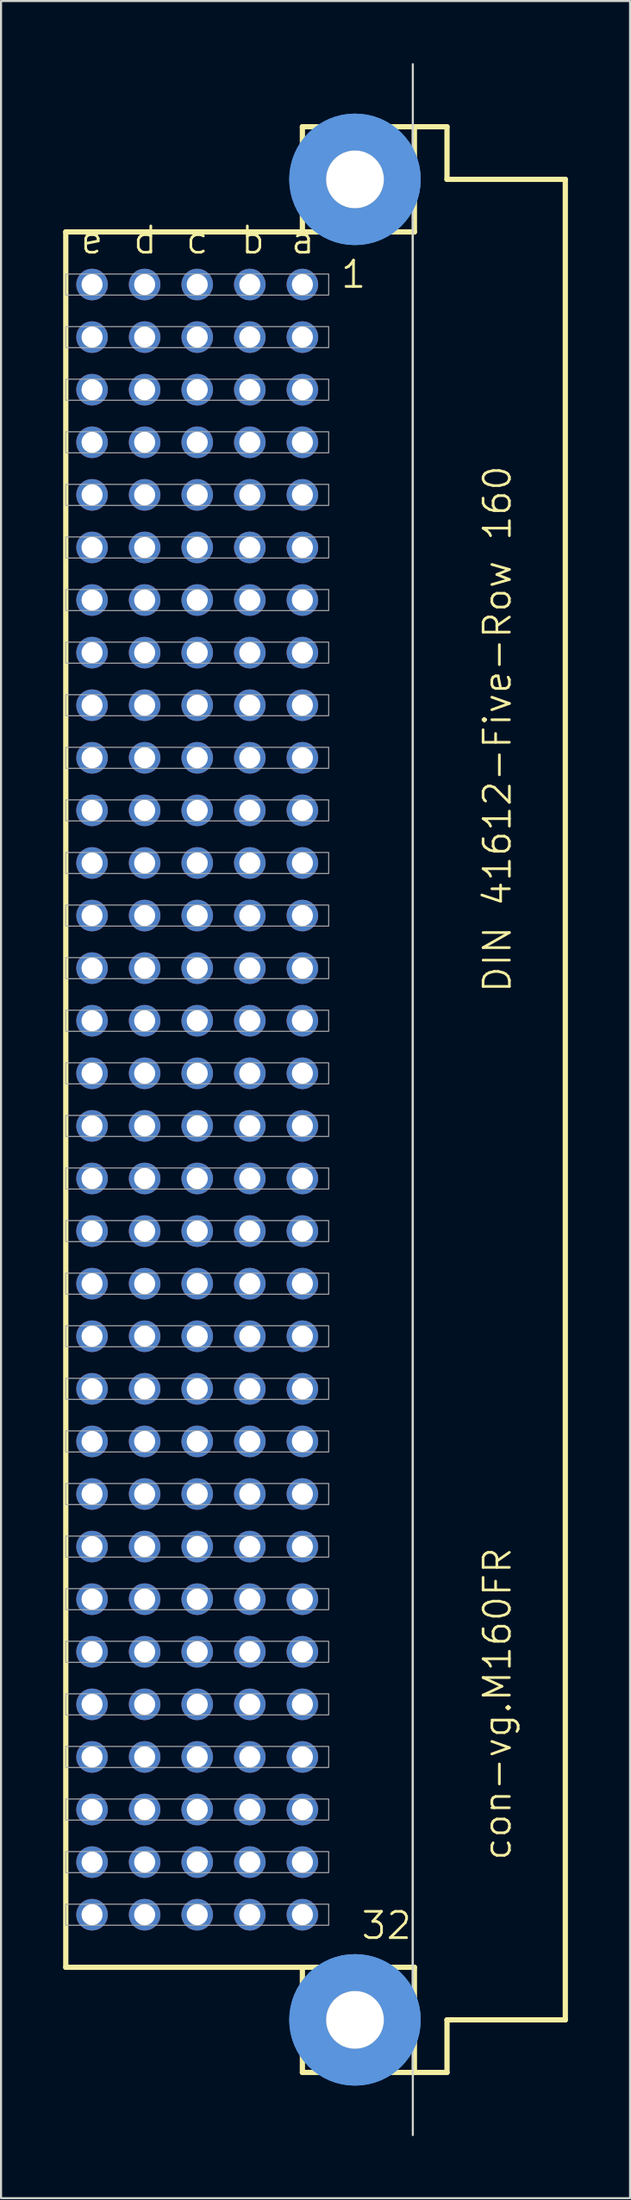
<source format=kicad_pcb>
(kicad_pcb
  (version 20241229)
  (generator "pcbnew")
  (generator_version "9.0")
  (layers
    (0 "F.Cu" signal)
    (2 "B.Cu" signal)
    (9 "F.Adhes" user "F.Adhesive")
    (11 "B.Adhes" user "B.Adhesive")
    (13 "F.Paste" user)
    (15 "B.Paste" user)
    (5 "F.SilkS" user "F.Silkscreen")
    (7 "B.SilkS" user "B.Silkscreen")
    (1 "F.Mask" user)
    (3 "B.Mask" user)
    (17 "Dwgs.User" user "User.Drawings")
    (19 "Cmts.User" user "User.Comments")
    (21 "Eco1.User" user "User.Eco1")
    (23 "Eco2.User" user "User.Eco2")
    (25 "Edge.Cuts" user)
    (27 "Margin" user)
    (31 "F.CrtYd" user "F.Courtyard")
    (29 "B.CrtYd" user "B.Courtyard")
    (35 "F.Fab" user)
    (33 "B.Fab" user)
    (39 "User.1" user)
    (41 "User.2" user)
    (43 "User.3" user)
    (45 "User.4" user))
  (footprint "con-vg.M160FR"
    (layer "F.Cu")
    (at 14.097 50.063)
    (property "Reference" "con-vg.M160FR" (at 7.62 36.83 90) (layer "F.SilkS") (effects (font (size 1.27 1.27) (thickness 0.13)) (justify left bottom)))
    (attr through_hole)
    (fp_line (start -13.97 -41.91) (end -13.97 41.91) (stroke (width 0.254) (type default)) (layer "F.SilkS"))
    (fp_line (start -13.97 41.91) (end -2.54 41.91) (stroke (width 0.254) (type default)) (layer "F.SilkS"))
    (fp_line (start -2.54 -46.99) (end -2.54 -41.91) (stroke (width 0.254) (type default)) (layer "F.SilkS"))
    (fp_line (start -2.54 -41.91) (end -13.97 -41.91) (stroke (width 0.254) (type default)) (layer "F.SilkS"))
    (fp_line (start -2.54 -41.91) (end 2.769 -41.91) (stroke (width 0.254) (type default)) (layer "F.SilkS"))
    (fp_line (start -2.54 41.91) (end -2.54 46.99) (stroke (width 0.254) (type default)) (layer "F.SilkS"))
    (fp_line (start -2.54 41.91) (end 2.769 41.91) (stroke (width 0.254) (type default)) (layer "F.SilkS"))
    (fp_line (start -2.54 46.99) (end 2.87 46.99) (stroke (width 0.254) (type default)) (layer "F.SilkS"))
    (fp_line (start 2.769 -41.91) (end 2.769 41.91) (stroke (width 0.051) (type default)) (layer "F.SilkS"))
    (fp_line (start 2.769 -41.91) (end 2.87 -41.91) (stroke (width 0.254) (type default)) (layer "F.SilkS"))
    (fp_line (start 2.769 41.91) (end 2.87 41.91) (stroke (width 0.254) (type default)) (layer "F.SilkS"))
    (fp_line (start 2.87 -46.99) (end -2.54 -46.99) (stroke (width 0.254) (type default)) (layer "F.SilkS"))
    (fp_line (start 2.87 -41.91) (end 2.87 -46.99) (stroke (width 0.254) (type default)) (layer "F.SilkS"))
    (fp_line (start 2.87 41.91) (end 2.87 46.99) (stroke (width 0.254) (type default)) (layer "F.SilkS"))
    (fp_line (start 2.87 46.99) (end 4.445 46.99) (stroke (width 0.254) (type default)) (layer "F.SilkS"))
    (fp_line (start 4.445 -46.99) (end 2.87 -46.99) (stroke (width 0.254) (type default)) (layer "F.SilkS"))
    (fp_line (start 4.445 -44.45) (end 4.445 -46.99) (stroke (width 0.254) (type default)) (layer "F.SilkS"))
    (fp_line (start 4.445 44.45) (end 10.16 44.45) (stroke (width 0.254) (type default)) (layer "F.SilkS"))
    (fp_line (start 4.445 46.99) (end 4.445 44.45) (stroke (width 0.254) (type default)) (layer "F.SilkS"))
    (fp_line (start 10.16 -44.45) (end 4.445 -44.45) (stroke (width 0.254) (type default)) (layer "F.SilkS"))
    (fp_line (start 10.16 44.45) (end 10.16 -44.45) (stroke (width 0.254) (type default)) (layer "F.SilkS"))
    (fp_circle (center 0 -44.45) (end 1.27 -44.45) (stroke (width 0.152) (type default)) (fill no) (layer "F.SilkS"))
    (fp_circle (center 0 44.45) (end 1.27 44.45) (stroke (width 0.152) (type default)) (fill no) (layer "F.SilkS"))
    (fp_circle (center 0 -44.45) (end 2.286 -44.45) (stroke (width 1.778) (type default)) (fill no) (layer "Cmts.User"))
    (fp_circle (center 0 -44.45) (end 2.286 -44.45) (stroke (width 1.778) (type default)) (fill no) (layer "Cmts.User"))
    (fp_circle (center 0 44.45) (end 2.286 44.45) (stroke (width 1.778) (type default)) (fill no) (layer "Cmts.User"))
    (fp_circle (center 0 44.45) (end 2.286 44.45) (stroke (width 1.778) (type default)) (fill no) (layer "Cmts.User"))
    (fp_line (start 2.794 50.013) (end 2.794 -50.013) (stroke (width 0.1) (type default)) (layer "Edge.Cuts"))
    (fp_rect (start -13.97 -38.862) (end -1.27 -39.878) (stroke (width 0.05) (type default)) (fill no) (layer "F.Fab"))
    (fp_rect (start -13.97 -36.322) (end -1.27 -37.338) (stroke (width 0.05) (type default)) (fill no) (layer "F.Fab"))
    (fp_rect (start -13.97 -33.782) (end -1.27 -34.798) (stroke (width 0.05) (type default)) (fill no) (layer "F.Fab"))
    (fp_rect (start -13.97 -31.242) (end -1.27 -32.258) (stroke (width 0.05) (type default)) (fill no) (layer "F.Fab"))
    (fp_rect (start -13.97 -28.702) (end -1.27 -29.718) (stroke (width 0.05) (type default)) (fill no) (layer "F.Fab"))
    (fp_rect (start -13.97 -26.162) (end -1.27 -27.178) (stroke (width 0.05) (type default)) (fill no) (layer "F.Fab"))
    (fp_rect (start -13.97 -23.622) (end -1.27 -24.638) (stroke (width 0.05) (type default)) (fill no) (layer "F.Fab"))
    (fp_rect (start -13.97 -21.082) (end -1.27 -22.098) (stroke (width 0.05) (type default)) (fill no) (layer "F.Fab"))
    (fp_rect (start -13.97 -18.542) (end -1.27 -19.558) (stroke (width 0.05) (type default)) (fill no) (layer "F.Fab"))
    (fp_rect (start -13.97 -16.002) (end -1.27 -17.018) (stroke (width 0.05) (type default)) (fill no) (layer "F.Fab"))
    (fp_rect (start -13.97 -13.462) (end -1.27 -14.478) (stroke (width 0.05) (type default)) (fill no) (layer "F.Fab"))
    (fp_rect (start -13.97 -10.922) (end -1.27 -11.938) (stroke (width 0.05) (type default)) (fill no) (layer "F.Fab"))
    (fp_rect (start -13.97 -8.382) (end -1.27 -9.398) (stroke (width 0.05) (type default)) (fill no) (layer "F.Fab"))
    (fp_rect (start -13.97 -5.842) (end -1.27 -6.858) (stroke (width 0.05) (type default)) (fill no) (layer "F.Fab"))
    (fp_rect (start -13.97 -3.302) (end -1.27 -4.318) (stroke (width 0.05) (type default)) (fill no) (layer "F.Fab"))
    (fp_rect (start -13.97 -0.762) (end -1.27 -1.778) (stroke (width 0.05) (type default)) (fill no) (layer "F.Fab"))
    (fp_rect (start -13.97 1.778) (end -1.27 0.762) (stroke (width 0.05) (type default)) (fill no) (layer "F.Fab"))
    (fp_rect (start -13.97 4.318) (end -1.27 3.302) (stroke (width 0.05) (type default)) (fill no) (layer "F.Fab"))
    (fp_rect (start -13.97 6.858) (end -1.27 5.842) (stroke (width 0.05) (type default)) (fill no) (layer "F.Fab"))
    (fp_rect (start -13.97 9.398) (end -1.27 8.382) (stroke (width 0.05) (type default)) (fill no) (layer "F.Fab"))
    (fp_rect (start -13.97 11.938) (end -1.27 10.922) (stroke (width 0.05) (type default)) (fill no) (layer "F.Fab"))
    (fp_rect (start -13.97 14.478) (end -1.27 13.462) (stroke (width 0.05) (type default)) (fill no) (layer "F.Fab"))
    (fp_rect (start -13.97 17.018) (end -1.27 16.002) (stroke (width 0.05) (type default)) (fill no) (layer "F.Fab"))
    (fp_rect (start -13.97 19.558) (end -1.27 18.542) (stroke (width 0.05) (type default)) (fill no) (layer "F.Fab"))
    (fp_rect (start -13.97 22.098) (end -1.27 21.082) (stroke (width 0.05) (type default)) (fill no) (layer "F.Fab"))
    (fp_rect (start -13.97 24.638) (end -1.27 23.622) (stroke (width 0.05) (type default)) (fill no) (layer "F.Fab"))
    (fp_rect (start -13.97 27.178) (end -1.27 26.162) (stroke (width 0.05) (type default)) (fill no) (layer "F.Fab"))
    (fp_rect (start -13.97 29.718) (end -1.27 28.702) (stroke (width 0.05) (type default)) (fill no) (layer "F.Fab"))
    (fp_rect (start -13.97 32.258) (end -1.27 31.242) (stroke (width 0.05) (type default)) (fill no) (layer "F.Fab"))
    (fp_rect (start -13.97 34.798) (end -1.27 33.782) (stroke (width 0.05) (type default)) (fill no) (layer "F.Fab"))
    (fp_rect (start -13.97 37.338) (end -1.27 36.322) (stroke (width 0.05) (type default)) (fill no) (layer "F.Fab"))
    (fp_rect (start -13.97 39.878) (end -1.27 38.862) (stroke (width 0.05) (type default)) (fill no) (layer "F.Fab"))
    (fp_text user "c" (at -8.255 -40.767 0) (layer "F.SilkS") (effects (font (size 1.27 1.27) (thickness 0.13)) (justify left bottom)))
    (fp_text user "d" (at -10.795 -40.767 0) (layer "F.SilkS") (effects (font (size 1.27 1.27) (thickness 0.13)) (justify left bottom)))
    (fp_text user "a" (at -3.175 -40.767 0) (layer "F.SilkS") (effects (font (size 1.27 1.27) (thickness 0.13)) (justify left bottom)))
    (fp_text user "b" (at -5.588 -40.767 0) (layer "F.SilkS") (effects (font (size 1.27 1.27) (thickness 0.13)) (justify left bottom)))
    (fp_text user "1" (at -0.762 -39.116 0) (layer "F.SilkS") (effects (font (size 1.27 1.27) (thickness 0.13)) (justify left bottom)))
    (fp_text user "32" (at 0.229 40.64 0) (layer "F.SilkS") (effects (font (size 1.27 1.27) (thickness 0.13)) (justify left bottom)))
    (fp_text user "e" (at -13.335 -40.767 0) (layer "F.SilkS") (effects (font (size 1.27 1.27) (thickness 0.13)) (justify left bottom)))
    (fp_text user "DIN 41612-Five-Row 160" (at 7.62 -5.08 90) (layer "F.SilkS") (effects (font (size 1.27 1.27) (thickness 0.13)) (justify left bottom)))
    (pad "" np_thru_hole circle (at 0 -44.45) (size 2.794 2.794) (drill 2.794) (layers "*.Cu" "*.Mask"))
    (pad "" np_thru_hole circle (at 0 44.45) (size 2.794 2.794) (drill 2.794) (layers "*.Cu" "*.Mask"))
    (pad "A1" thru_hole circle (at -2.54 -39.37) (size 1.524 1.524) (drill 1.016) (layers "*.Cu" "*.Mask"))
    (pad "A2" thru_hole circle (at -2.54 -36.83) (size 1.524 1.524) (drill 1.016) (layers "*.Cu" "*.Mask"))
    (pad "A3" thru_hole circle (at -2.54 -34.29) (size 1.524 1.524) (drill 1.016) (layers "*.Cu" "*.Mask"))
    (pad "A4" thru_hole circle (at -2.54 -31.75) (size 1.524 1.524) (drill 1.016) (layers "*.Cu" "*.Mask"))
    (pad "A5" thru_hole circle (at -2.54 -29.21) (size 1.524 1.524) (drill 1.016) (layers "*.Cu" "*.Mask"))
    (pad "A6" thru_hole circle (at -2.54 -26.67) (size 1.524 1.524) (drill 1.016) (layers "*.Cu" "*.Mask"))
    (pad "A7" thru_hole circle (at -2.54 -24.13) (size 1.524 1.524) (drill 1.016) (layers "*.Cu" "*.Mask"))
    (pad "A8" thru_hole circle (at -2.54 -21.59) (size 1.524 1.524) (drill 1.016) (layers "*.Cu" "*.Mask"))
    (pad "A9" thru_hole circle (at -2.54 -19.05) (size 1.524 1.524) (drill 1.016) (layers "*.Cu" "*.Mask"))
    (pad "A10" thru_hole circle (at -2.54 -16.51) (size 1.524 1.524) (drill 1.016) (layers "*.Cu" "*.Mask"))
    (pad "A11" thru_hole circle (at -2.54 -13.97) (size 1.524 1.524) (drill 1.016) (layers "*.Cu" "*.Mask"))
    (pad "A12" thru_hole circle (at -2.54 -11.43) (size 1.524 1.524) (drill 1.016) (layers "*.Cu" "*.Mask"))
    (pad "A13" thru_hole circle (at -2.54 -8.89) (size 1.524 1.524) (drill 1.016) (layers "*.Cu" "*.Mask"))
    (pad "A14" thru_hole circle (at -2.54 -6.35) (size 1.524 1.524) (drill 1.016) (layers "*.Cu" "*.Mask"))
    (pad "A15" thru_hole circle (at -2.54 -3.81) (size 1.524 1.524) (drill 1.016) (layers "*.Cu" "*.Mask"))
    (pad "A16" thru_hole circle (at -2.54 -1.27) (size 1.524 1.524) (drill 1.016) (layers "*.Cu" "*.Mask"))
    (pad "A17" thru_hole circle (at -2.54 1.27) (size 1.524 1.524) (drill 1.016) (layers "*.Cu" "*.Mask"))
    (pad "A18" thru_hole circle (at -2.54 3.81) (size 1.524 1.524) (drill 1.016) (layers "*.Cu" "*.Mask"))
    (pad "A19" thru_hole circle (at -2.54 6.35) (size 1.524 1.524) (drill 1.016) (layers "*.Cu" "*.Mask"))
    (pad "A20" thru_hole circle (at -2.54 8.89) (size 1.524 1.524) (drill 1.016) (layers "*.Cu" "*.Mask"))
    (pad "A21" thru_hole circle (at -2.54 11.43) (size 1.524 1.524) (drill 1.016) (layers "*.Cu" "*.Mask"))
    (pad "A22" thru_hole circle (at -2.54 13.97) (size 1.524 1.524) (drill 1.016) (layers "*.Cu" "*.Mask"))
    (pad "A23" thru_hole circle (at -2.54 16.51) (size 1.524 1.524) (drill 1.016) (layers "*.Cu" "*.Mask"))
    (pad "A24" thru_hole circle (at -2.54 19.05) (size 1.524 1.524) (drill 1.016) (layers "*.Cu" "*.Mask"))
    (pad "A25" thru_hole circle (at -2.54 21.59) (size 1.524 1.524) (drill 1.016) (layers "*.Cu" "*.Mask"))
    (pad "A26" thru_hole circle (at -2.54 24.13) (size 1.524 1.524) (drill 1.016) (layers "*.Cu" "*.Mask"))
    (pad "A27" thru_hole circle (at -2.54 26.67) (size 1.524 1.524) (drill 1.016) (layers "*.Cu" "*.Mask"))
    (pad "A28" thru_hole circle (at -2.54 29.21) (size 1.524 1.524) (drill 1.016) (layers "*.Cu" "*.Mask"))
    (pad "A29" thru_hole circle (at -2.54 31.75) (size 1.524 1.524) (drill 1.016) (layers "*.Cu" "*.Mask"))
    (pad "A30" thru_hole circle (at -2.54 34.29) (size 1.524 1.524) (drill 1.016) (layers "*.Cu" "*.Mask"))
    (pad "A31" thru_hole circle (at -2.54 36.83) (size 1.524 1.524) (drill 1.016) (layers "*.Cu" "*.Mask"))
    (pad "A32" thru_hole circle (at -2.54 39.37) (size 1.524 1.524) (drill 1.016) (layers "*.Cu" "*.Mask"))
    (pad "B1" thru_hole circle (at -5.08 -39.37) (size 1.524 1.524) (drill 1.016) (layers "*.Cu" "*.Mask"))
    (pad "B2" thru_hole circle (at -5.08 -36.83) (size 1.524 1.524) (drill 1.016) (layers "*.Cu" "*.Mask"))
    (pad "B3" thru_hole circle (at -5.08 -34.29) (size 1.524 1.524) (drill 1.016) (layers "*.Cu" "*.Mask"))
    (pad "B4" thru_hole circle (at -5.08 -31.75) (size 1.524 1.524) (drill 1.016) (layers "*.Cu" "*.Mask"))
    (pad "B5" thru_hole circle (at -5.08 -29.21) (size 1.524 1.524) (drill 1.016) (layers "*.Cu" "*.Mask"))
    (pad "B6" thru_hole circle (at -5.08 -26.67) (size 1.524 1.524) (drill 1.016) (layers "*.Cu" "*.Mask"))
    (pad "B7" thru_hole circle (at -5.08 -24.13) (size 1.524 1.524) (drill 1.016) (layers "*.Cu" "*.Mask"))
    (pad "B8" thru_hole circle (at -5.08 -21.59) (size 1.524 1.524) (drill 1.016) (layers "*.Cu" "*.Mask"))
    (pad "B9" thru_hole circle (at -5.08 -19.05) (size 1.524 1.524) (drill 1.016) (layers "*.Cu" "*.Mask"))
    (pad "B10" thru_hole circle (at -5.08 -16.51) (size 1.524 1.524) (drill 1.016) (layers "*.Cu" "*.Mask"))
    (pad "B11" thru_hole circle (at -5.08 -13.97) (size 1.524 1.524) (drill 1.016) (layers "*.Cu" "*.Mask"))
    (pad "B12" thru_hole circle (at -5.08 -11.43) (size 1.524 1.524) (drill 1.016) (layers "*.Cu" "*.Mask"))
    (pad "B13" thru_hole circle (at -5.08 -8.89) (size 1.524 1.524) (drill 1.016) (layers "*.Cu" "*.Mask"))
    (pad "B14" thru_hole circle (at -5.08 -6.35) (size 1.524 1.524) (drill 1.016) (layers "*.Cu" "*.Mask"))
    (pad "B15" thru_hole circle (at -5.08 -3.81) (size 1.524 1.524) (drill 1.016) (layers "*.Cu" "*.Mask"))
    (pad "B16" thru_hole circle (at -5.08 -1.27) (size 1.524 1.524) (drill 1.016) (layers "*.Cu" "*.Mask"))
    (pad "B17" thru_hole circle (at -5.08 1.27) (size 1.524 1.524) (drill 1.016) (layers "*.Cu" "*.Mask"))
    (pad "B18" thru_hole circle (at -5.08 3.81) (size 1.524 1.524) (drill 1.016) (layers "*.Cu" "*.Mask"))
    (pad "B19" thru_hole circle (at -5.08 6.35) (size 1.524 1.524) (drill 1.016) (layers "*.Cu" "*.Mask"))
    (pad "B20" thru_hole circle (at -5.08 8.89) (size 1.524 1.524) (drill 1.016) (layers "*.Cu" "*.Mask"))
    (pad "B21" thru_hole circle (at -5.08 11.43) (size 1.524 1.524) (drill 1.016) (layers "*.Cu" "*.Mask"))
    (pad "B22" thru_hole circle (at -5.08 13.97) (size 1.524 1.524) (drill 1.016) (layers "*.Cu" "*.Mask"))
    (pad "B23" thru_hole circle (at -5.08 16.51) (size 1.524 1.524) (drill 1.016) (layers "*.Cu" "*.Mask"))
    (pad "B24" thru_hole circle (at -5.08 19.05) (size 1.524 1.524) (drill 1.016) (layers "*.Cu" "*.Mask"))
    (pad "B25" thru_hole circle (at -5.08 21.59) (size 1.524 1.524) (drill 1.016) (layers "*.Cu" "*.Mask"))
    (pad "B26" thru_hole circle (at -5.08 24.13) (size 1.524 1.524) (drill 1.016) (layers "*.Cu" "*.Mask"))
    (pad "B27" thru_hole circle (at -5.08 26.67) (size 1.524 1.524) (drill 1.016) (layers "*.Cu" "*.Mask"))
    (pad "B28" thru_hole circle (at -5.08 29.21) (size 1.524 1.524) (drill 1.016) (layers "*.Cu" "*.Mask"))
    (pad "B29" thru_hole circle (at -5.08 31.75) (size 1.524 1.524) (drill 1.016) (layers "*.Cu" "*.Mask"))
    (pad "B30" thru_hole circle (at -5.08 34.29) (size 1.524 1.524) (drill 1.016) (layers "*.Cu" "*.Mask"))
    (pad "B31" thru_hole circle (at -5.08 36.83) (size 1.524 1.524) (drill 1.016) (layers "*.Cu" "*.Mask"))
    (pad "B32" thru_hole circle (at -5.08 39.37) (size 1.524 1.524) (drill 1.016) (layers "*.Cu" "*.Mask"))
    (pad "C1" thru_hole circle (at -7.62 -39.37) (size 1.524 1.524) (drill 1.016) (layers "*.Cu" "*.Mask"))
    (pad "C2" thru_hole circle (at -7.62 -36.83) (size 1.524 1.524) (drill 1.016) (layers "*.Cu" "*.Mask"))
    (pad "C3" thru_hole circle (at -7.62 -34.29) (size 1.524 1.524) (drill 1.016) (layers "*.Cu" "*.Mask"))
    (pad "C4" thru_hole circle (at -7.62 -31.75) (size 1.524 1.524) (drill 1.016) (layers "*.Cu" "*.Mask"))
    (pad "C5" thru_hole circle (at -7.62 -29.21) (size 1.524 1.524) (drill 1.016) (layers "*.Cu" "*.Mask"))
    (pad "C6" thru_hole circle (at -7.62 -26.67) (size 1.524 1.524) (drill 1.016) (layers "*.Cu" "*.Mask"))
    (pad "C7" thru_hole circle (at -7.62 -24.13) (size 1.524 1.524) (drill 1.016) (layers "*.Cu" "*.Mask"))
    (pad "C8" thru_hole circle (at -7.62 -21.59) (size 1.524 1.524) (drill 1.016) (layers "*.Cu" "*.Mask"))
    (pad "C9" thru_hole circle (at -7.62 -19.05) (size 1.524 1.524) (drill 1.016) (layers "*.Cu" "*.Mask"))
    (pad "C10" thru_hole circle (at -7.62 -16.51) (size 1.524 1.524) (drill 1.016) (layers "*.Cu" "*.Mask"))
    (pad "C11" thru_hole circle (at -7.62 -13.97) (size 1.524 1.524) (drill 1.016) (layers "*.Cu" "*.Mask"))
    (pad "C12" thru_hole circle (at -7.62 -11.43) (size 1.524 1.524) (drill 1.016) (layers "*.Cu" "*.Mask"))
    (pad "C13" thru_hole circle (at -7.62 -8.89) (size 1.524 1.524) (drill 1.016) (layers "*.Cu" "*.Mask"))
    (pad "C14" thru_hole circle (at -7.62 -6.35) (size 1.524 1.524) (drill 1.016) (layers "*.Cu" "*.Mask"))
    (pad "C15" thru_hole circle (at -7.62 -3.81) (size 1.524 1.524) (drill 1.016) (layers "*.Cu" "*.Mask"))
    (pad "C16" thru_hole circle (at -7.62 -1.27) (size 1.524 1.524) (drill 1.016) (layers "*.Cu" "*.Mask"))
    (pad "C17" thru_hole circle (at -7.62 1.27) (size 1.524 1.524) (drill 1.016) (layers "*.Cu" "*.Mask"))
    (pad "C18" thru_hole circle (at -7.62 3.81) (size 1.524 1.524) (drill 1.016) (layers "*.Cu" "*.Mask"))
    (pad "C19" thru_hole circle (at -7.62 6.35) (size 1.524 1.524) (drill 1.016) (layers "*.Cu" "*.Mask"))
    (pad "C20" thru_hole circle (at -7.62 8.89) (size 1.524 1.524) (drill 1.016) (layers "*.Cu" "*.Mask"))
    (pad "C21" thru_hole circle (at -7.62 11.43) (size 1.524 1.524) (drill 1.016) (layers "*.Cu" "*.Mask"))
    (pad "C22" thru_hole circle (at -7.62 13.97) (size 1.524 1.524) (drill 1.016) (layers "*.Cu" "*.Mask"))
    (pad "C23" thru_hole circle (at -7.62 16.51) (size 1.524 1.524) (drill 1.016) (layers "*.Cu" "*.Mask"))
    (pad "C24" thru_hole circle (at -7.62 19.05) (size 1.524 1.524) (drill 1.016) (layers "*.Cu" "*.Mask"))
    (pad "C25" thru_hole circle (at -7.62 21.59) (size 1.524 1.524) (drill 1.016) (layers "*.Cu" "*.Mask"))
    (pad "C26" thru_hole circle (at -7.62 24.13) (size 1.524 1.524) (drill 1.016) (layers "*.Cu" "*.Mask"))
    (pad "C27" thru_hole circle (at -7.62 26.67) (size 1.524 1.524) (drill 1.016) (layers "*.Cu" "*.Mask"))
    (pad "C28" thru_hole circle (at -7.62 29.21) (size 1.524 1.524) (drill 1.016) (layers "*.Cu" "*.Mask"))
    (pad "C29" thru_hole circle (at -7.62 31.75) (size 1.524 1.524) (drill 1.016) (layers "*.Cu" "*.Mask"))
    (pad "C30" thru_hole circle (at -7.62 34.29) (size 1.524 1.524) (drill 1.016) (layers "*.Cu" "*.Mask"))
    (pad "C31" thru_hole circle (at -7.62 36.83) (size 1.524 1.524) (drill 1.016) (layers "*.Cu" "*.Mask"))
    (pad "C32" thru_hole circle (at -7.62 39.37) (size 1.524 1.524) (drill 1.016) (layers "*.Cu" "*.Mask"))
    (pad "D1" thru_hole circle (at -10.16 -39.37) (size 1.524 1.524) (drill 1.016) (layers "*.Cu" "*.Mask"))
    (pad "D2" thru_hole circle (at -10.16 -36.83) (size 1.524 1.524) (drill 1.016) (layers "*.Cu" "*.Mask"))
    (pad "D3" thru_hole circle (at -10.16 -34.29) (size 1.524 1.524) (drill 1.016) (layers "*.Cu" "*.Mask"))
    (pad "D4" thru_hole circle (at -10.16 -31.75) (size 1.524 1.524) (drill 1.016) (layers "*.Cu" "*.Mask"))
    (pad "D5" thru_hole circle (at -10.16 -29.21) (size 1.524 1.524) (drill 1.016) (layers "*.Cu" "*.Mask"))
    (pad "D6" thru_hole circle (at -10.16 -26.67) (size 1.524 1.524) (drill 1.016) (layers "*.Cu" "*.Mask"))
    (pad "D7" thru_hole circle (at -10.16 -24.13) (size 1.524 1.524) (drill 1.016) (layers "*.Cu" "*.Mask"))
    (pad "D8" thru_hole circle (at -10.16 -21.59) (size 1.524 1.524) (drill 1.016) (layers "*.Cu" "*.Mask"))
    (pad "D9" thru_hole circle (at -10.16 -19.05) (size 1.524 1.524) (drill 1.016) (layers "*.Cu" "*.Mask"))
    (pad "D10" thru_hole circle (at -10.16 -16.51) (size 1.524 1.524) (drill 1.016) (layers "*.Cu" "*.Mask"))
    (pad "D11" thru_hole circle (at -10.16 -13.97) (size 1.524 1.524) (drill 1.016) (layers "*.Cu" "*.Mask"))
    (pad "D12" thru_hole circle (at -10.16 -11.43) (size 1.524 1.524) (drill 1.016) (layers "*.Cu" "*.Mask"))
    (pad "D13" thru_hole circle (at -10.16 -8.89) (size 1.524 1.524) (drill 1.016) (layers "*.Cu" "*.Mask"))
    (pad "D14" thru_hole circle (at -10.16 -6.35) (size 1.524 1.524) (drill 1.016) (layers "*.Cu" "*.Mask"))
    (pad "D15" thru_hole circle (at -10.16 -3.81) (size 1.524 1.524) (drill 1.016) (layers "*.Cu" "*.Mask"))
    (pad "D16" thru_hole circle (at -10.16 -1.27) (size 1.524 1.524) (drill 1.016) (layers "*.Cu" "*.Mask"))
    (pad "D17" thru_hole circle (at -10.16 1.27) (size 1.524 1.524) (drill 1.016) (layers "*.Cu" "*.Mask"))
    (pad "D18" thru_hole circle (at -10.16 3.81) (size 1.524 1.524) (drill 1.016) (layers "*.Cu" "*.Mask"))
    (pad "D19" thru_hole circle (at -10.16 6.35) (size 1.524 1.524) (drill 1.016) (layers "*.Cu" "*.Mask"))
    (pad "D20" thru_hole circle (at -10.16 8.89) (size 1.524 1.524) (drill 1.016) (layers "*.Cu" "*.Mask"))
    (pad "D21" thru_hole circle (at -10.16 11.43) (size 1.524 1.524) (drill 1.016) (layers "*.Cu" "*.Mask"))
    (pad "D22" thru_hole circle (at -10.16 13.97) (size 1.524 1.524) (drill 1.016) (layers "*.Cu" "*.Mask"))
    (pad "D23" thru_hole circle (at -10.16 16.51) (size 1.524 1.524) (drill 1.016) (layers "*.Cu" "*.Mask"))
    (pad "D24" thru_hole circle (at -10.16 19.05) (size 1.524 1.524) (drill 1.016) (layers "*.Cu" "*.Mask"))
    (pad "D25" thru_hole circle (at -10.16 21.59) (size 1.524 1.524) (drill 1.016) (layers "*.Cu" "*.Mask"))
    (pad "D26" thru_hole circle (at -10.16 24.13) (size 1.524 1.524) (drill 1.016) (layers "*.Cu" "*.Mask"))
    (pad "D27" thru_hole circle (at -10.16 26.67) (size 1.524 1.524) (drill 1.016) (layers "*.Cu" "*.Mask"))
    (pad "D28" thru_hole circle (at -10.16 29.21) (size 1.524 1.524) (drill 1.016) (layers "*.Cu" "*.Mask"))
    (pad "D29" thru_hole circle (at -10.16 31.75) (size 1.524 1.524) (drill 1.016) (layers "*.Cu" "*.Mask"))
    (pad "D30" thru_hole circle (at -10.16 34.29) (size 1.524 1.524) (drill 1.016) (layers "*.Cu" "*.Mask"))
    (pad "D31" thru_hole circle (at -10.16 36.83) (size 1.524 1.524) (drill 1.016) (layers "*.Cu" "*.Mask"))
    (pad "D32" thru_hole circle (at -10.16 39.37) (size 1.524 1.524) (drill 1.016) (layers "*.Cu" "*.Mask"))
    (pad "E1" thru_hole circle (at -12.7 -39.37) (size 1.524 1.524) (drill 1.016) (layers "*.Cu" "*.Mask"))
    (pad "E2" thru_hole circle (at -12.7 -36.83) (size 1.524 1.524) (drill 1.016) (layers "*.Cu" "*.Mask"))
    (pad "E3" thru_hole circle (at -12.7 -34.29) (size 1.524 1.524) (drill 1.016) (layers "*.Cu" "*.Mask"))
    (pad "E4" thru_hole circle (at -12.7 -31.75) (size 1.524 1.524) (drill 1.016) (layers "*.Cu" "*.Mask"))
    (pad "E5" thru_hole circle (at -12.7 -29.21) (size 1.524 1.524) (drill 1.016) (layers "*.Cu" "*.Mask"))
    (pad "E6" thru_hole circle (at -12.7 -26.67) (size 1.524 1.524) (drill 1.016) (layers "*.Cu" "*.Mask"))
    (pad "E7" thru_hole circle (at -12.7 -24.13) (size 1.524 1.524) (drill 1.016) (layers "*.Cu" "*.Mask"))
    (pad "E8" thru_hole circle (at -12.7 -21.59) (size 1.524 1.524) (drill 1.016) (layers "*.Cu" "*.Mask"))
    (pad "E9" thru_hole circle (at -12.7 -19.05) (size 1.524 1.524) (drill 1.016) (layers "*.Cu" "*.Mask"))
    (pad "E10" thru_hole circle (at -12.7 -16.51) (size 1.524 1.524) (drill 1.016) (layers "*.Cu" "*.Mask"))
    (pad "E11" thru_hole circle (at -12.7 -13.97) (size 1.524 1.524) (drill 1.016) (layers "*.Cu" "*.Mask"))
    (pad "E12" thru_hole circle (at -12.7 -11.43) (size 1.524 1.524) (drill 1.016) (layers "*.Cu" "*.Mask"))
    (pad "E13" thru_hole circle (at -12.7 -8.89) (size 1.524 1.524) (drill 1.016) (layers "*.Cu" "*.Mask"))
    (pad "E14" thru_hole circle (at -12.7 -6.35) (size 1.524 1.524) (drill 1.016) (layers "*.Cu" "*.Mask"))
    (pad "E15" thru_hole circle (at -12.7 -3.81) (size 1.524 1.524) (drill 1.016) (layers "*.Cu" "*.Mask"))
    (pad "E16" thru_hole circle (at -12.7 -1.27) (size 1.524 1.524) (drill 1.016) (layers "*.Cu" "*.Mask"))
    (pad "E17" thru_hole circle (at -12.7 1.27) (size 1.524 1.524) (drill 1.016) (layers "*.Cu" "*.Mask"))
    (pad "E18" thru_hole circle (at -12.7 3.81) (size 1.524 1.524) (drill 1.016) (layers "*.Cu" "*.Mask"))
    (pad "E19" thru_hole circle (at -12.7 6.35) (size 1.524 1.524) (drill 1.016) (layers "*.Cu" "*.Mask"))
    (pad "E20" thru_hole circle (at -12.7 8.89) (size 1.524 1.524) (drill 1.016) (layers "*.Cu" "*.Mask"))
    (pad "E21" thru_hole circle (at -12.7 11.43) (size 1.524 1.524) (drill 1.016) (layers "*.Cu" "*.Mask"))
    (pad "E22" thru_hole circle (at -12.7 13.97) (size 1.524 1.524) (drill 1.016) (layers "*.Cu" "*.Mask"))
    (pad "E23" thru_hole circle (at -12.7 16.51) (size 1.524 1.524) (drill 1.016) (layers "*.Cu" "*.Mask"))
    (pad "E24" thru_hole circle (at -12.7 19.05) (size 1.524 1.524) (drill 1.016) (layers "*.Cu" "*.Mask"))
    (pad "E25" thru_hole circle (at -12.7 21.59) (size 1.524 1.524) (drill 1.016) (layers "*.Cu" "*.Mask"))
    (pad "E26" thru_hole circle (at -12.7 24.13) (size 1.524 1.524) (drill 1.016) (layers "*.Cu" "*.Mask"))
    (pad "E27" thru_hole circle (at -12.7 26.67) (size 1.524 1.524) (drill 1.016) (layers "*.Cu" "*.Mask"))
    (pad "E28" thru_hole circle (at -12.7 29.21) (size 1.524 1.524) (drill 1.016) (layers "*.Cu" "*.Mask"))
    (pad "E29" thru_hole circle (at -12.7 31.75) (size 1.524 1.524) (drill 1.016) (layers "*.Cu" "*.Mask"))
    (pad "E30" thru_hole circle (at -12.7 34.29) (size 1.524 1.524) (drill 1.016) (layers "*.Cu" "*.Mask"))
    (pad "E31" thru_hole circle (at -12.7 36.83) (size 1.524 1.524) (drill 1.016) (layers "*.Cu" "*.Mask"))
    (pad "E32" thru_hole circle (at -12.7 39.37) (size 1.524 1.524) (drill 1.016) (layers "*.Cu" "*.Mask")))
  (gr_rect
    (start -3 -3)
    (end 27.384 103.125)
    (stroke (width 0.1) (type default))
    (fill no)
    (layer "Edge.Cuts")))
</source>
